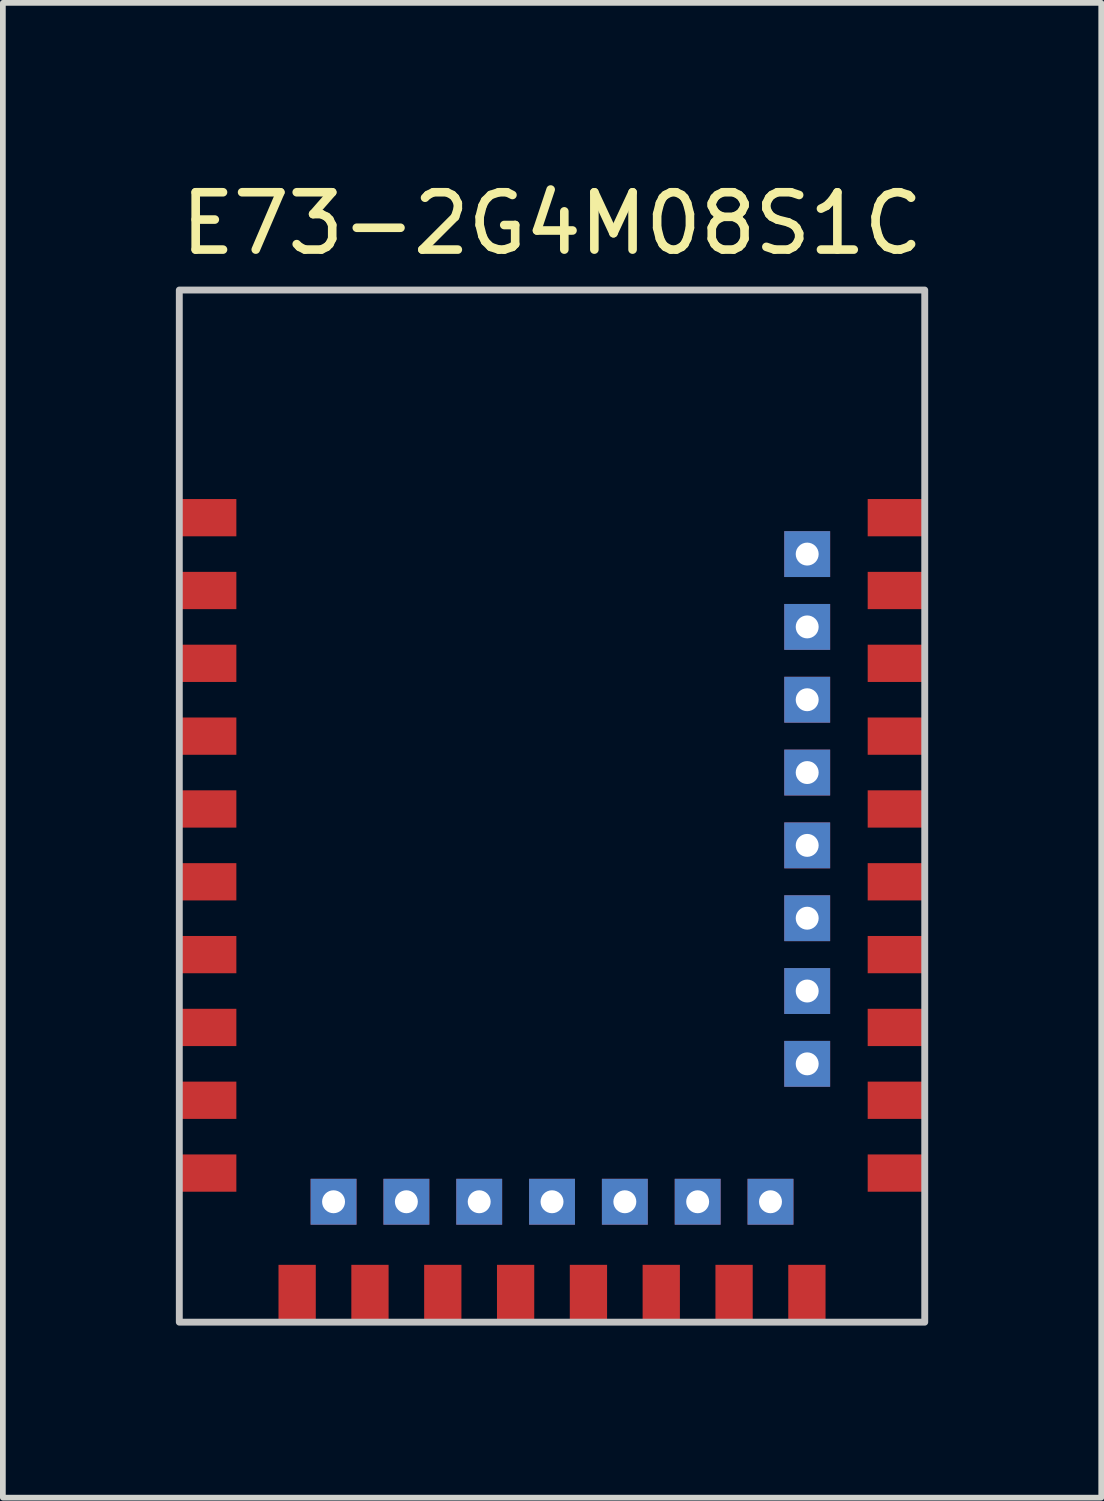
<source format=kicad_pcb>
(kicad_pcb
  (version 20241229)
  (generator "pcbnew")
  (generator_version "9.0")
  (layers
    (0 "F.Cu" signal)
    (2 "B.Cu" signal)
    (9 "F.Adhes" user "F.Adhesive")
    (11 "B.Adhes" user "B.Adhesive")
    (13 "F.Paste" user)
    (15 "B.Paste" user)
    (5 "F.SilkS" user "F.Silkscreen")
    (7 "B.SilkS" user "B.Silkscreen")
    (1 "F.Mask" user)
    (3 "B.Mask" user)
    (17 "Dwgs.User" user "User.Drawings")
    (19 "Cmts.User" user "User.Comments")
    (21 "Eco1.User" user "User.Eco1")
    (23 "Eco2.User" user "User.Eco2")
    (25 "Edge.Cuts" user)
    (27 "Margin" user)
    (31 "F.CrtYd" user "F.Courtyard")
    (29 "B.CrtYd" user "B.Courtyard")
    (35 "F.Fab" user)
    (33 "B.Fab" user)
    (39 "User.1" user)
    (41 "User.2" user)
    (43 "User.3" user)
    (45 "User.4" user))
  (footprint "E73-2G4M08S1C"
    (layer "F.Cu")
    (at 6.577 11.643)
    (property "Reference" "E73-2G4M08S1C" (at 0 -10.795 0) (unlocked yes) (layer "F.SilkS") (effects (font (size 1 1) (thickness 0.15))))
    (attr smd)
    (fp_rect (start -6.5 8.365) (end 6.5 -9.635) (stroke (width 0.12) (type solid)) (fill no) (layer "Dwgs.User"))
    (pad "1" smd rect (at -6.005 -5.665) (size 1 0.65) (layers "F.Cu" "F.Mask" "F.Paste"))
    (pad "2" smd rect (at -6.005 -4.395) (size 1 0.65) (layers "F.Cu" "F.Mask" "F.Paste"))
    (pad "3" smd rect (at -6.005 -3.125) (size 1 0.65) (layers "F.Cu" "F.Mask" "F.Paste"))
    (pad "4" smd rect (at -6.005 -1.855) (size 1 0.65) (layers "F.Cu" "F.Mask" "F.Paste"))
    (pad "5" smd rect (at -6.005 -0.585) (size 1 0.65) (layers "F.Cu" "F.Mask" "F.Paste"))
    (pad "6" smd rect (at -6.005 0.685) (size 1 0.65) (layers "F.Cu" "F.Mask" "F.Paste"))
    (pad "7" smd rect (at -6.005 1.955) (size 1 0.65) (layers "F.Cu" "F.Mask" "F.Paste"))
    (pad "8" smd rect (at -6.005 3.225) (size 1 0.65) (layers "F.Cu" "F.Mask" "F.Paste"))
    (pad "9" smd rect (at -6.005 4.495) (size 1 0.65) (layers "F.Cu" "F.Mask" "F.Paste"))
    (pad "10" smd rect (at -6.005 5.765) (size 1 0.65) (layers "F.Cu" "F.Mask" "F.Paste"))
    (pad "11" smd rect (at -4.445 7.865 90) (size 1 0.65) (layers "F.Cu" "F.Mask" "F.Paste"))
    (pad "12" thru_hole rect (at -3.81 6.265 90) (size 0.8 0.8) (drill 0.4) (layers "*.Cu" "*.Mask"))
    (pad "13" smd rect (at -3.175 7.865 90) (size 1 0.65) (layers "F.Cu" "F.Mask" "F.Paste"))
    (pad "14" thru_hole rect (at -2.54 6.265 90) (size 0.8 0.8) (drill 0.4) (layers "*.Cu" "*.Mask"))
    (pad "15" smd rect (at -1.905 7.865 90) (size 1 0.65) (layers "F.Cu" "F.Mask" "F.Paste"))
    (pad "16" thru_hole rect (at -1.27 6.265 90) (size 0.8 0.8) (drill 0.4) (layers "*.Cu" "*.Mask"))
    (pad "17" smd rect (at -0.635 7.865 90) (size 1 0.65) (layers "F.Cu" "F.Mask" "F.Paste"))
    (pad "18" thru_hole rect (at 0 6.265 90) (size 0.8 0.8) (drill 0.4) (layers "*.Cu" "*.Mask"))
    (pad "19" smd rect (at 0.635 7.865 90) (size 1 0.65) (layers "F.Cu" "F.Mask" "F.Paste"))
    (pad "20" thru_hole rect (at 1.27 6.265 90) (size 0.8 0.8) (drill 0.4) (layers "*.Cu" "*.Mask"))
    (pad "21" smd rect (at 1.905 7.865 90) (size 1 0.65) (layers "F.Cu" "F.Mask" "F.Paste"))
    (pad "22" thru_hole rect (at 2.54 6.265 90) (size 0.8 0.8) (drill 0.4) (layers "*.Cu" "*.Mask"))
    (pad "23" smd rect (at 3.175 7.865 90) (size 1 0.65) (layers "F.Cu" "F.Mask" "F.Paste"))
    (pad "24" thru_hole rect (at 3.81 6.265 90) (size 0.8 0.8) (drill 0.4) (layers "*.Cu" "*.Mask"))
    (pad "25" smd rect (at 4.445 7.865 90) (size 1 0.65) (layers "F.Cu" "F.Mask" "F.Paste"))
    (pad "26" smd rect (at 6.005 5.765) (size 1 0.65) (layers "F.Cu" "F.Mask" "F.Paste"))
    (pad "27" smd rect (at 6.005 4.495) (size 1 0.65) (layers "F.Cu" "F.Mask" "F.Paste"))
    (pad "28" thru_hole rect (at 4.45 3.86) (size 0.8 0.8) (drill 0.4) (layers "*.Cu" "*.Mask"))
    (pad "29" smd rect (at 6.005 3.225) (size 1 0.65) (layers "F.Cu" "F.Mask" "F.Paste"))
    (pad "30" thru_hole rect (at 4.45 2.59) (size 0.8 0.8) (drill 0.4) (layers "*.Cu" "*.Mask"))
    (pad "31" smd rect (at 6.005 1.955) (size 1 0.65) (layers "F.Cu" "F.Mask" "F.Paste"))
    (pad "32" thru_hole rect (at 4.45 1.32) (size 0.8 0.8) (drill 0.4) (layers "*.Cu" "*.Mask"))
    (pad "33" smd rect (at 6.005 0.685) (size 1 0.65) (layers "F.Cu" "F.Mask" "F.Paste"))
    (pad "34" thru_hole rect (at 4.45 0.05) (size 0.8 0.8) (drill 0.4) (layers "*.Cu" "*.Mask"))
    (pad "35" smd rect (at 6.005 -0.585) (size 1 0.65) (layers "F.Cu" "F.Mask" "F.Paste"))
    (pad "36" thru_hole rect (at 4.45 -1.22) (size 0.8 0.8) (drill 0.4) (layers "*.Cu" "*.Mask"))
    (pad "37" smd rect (at 6.005 -1.855) (size 1 0.65) (layers "F.Cu" "F.Mask" "F.Paste"))
    (pad "38" thru_hole rect (at 4.45 -2.49) (size 0.8 0.8) (drill 0.4) (layers "*.Cu" "*.Mask"))
    (pad "39" smd rect (at 6.005 -3.125) (size 1 0.65) (layers "F.Cu" "F.Mask" "F.Paste"))
    (pad "40" thru_hole rect (at 4.45 -3.76) (size 0.8 0.8) (drill 0.4) (layers "*.Cu" "*.Mask"))
    (pad "41" smd rect (at 6.005 -4.395) (size 1 0.65) (layers "F.Cu" "F.Mask" "F.Paste"))
    (pad "42" thru_hole rect (at 4.45 -5.03) (size 0.8 0.8) (drill 0.4) (layers "*.Cu" "*.Mask"))
    (pad "43" smd rect (at 6.005 -5.665) (size 1 0.65) (layers "F.Cu" "F.Mask" "F.Paste")))
  (gr_rect
    (start -3 -3)
    (end 16.155 23.068)
    (stroke (width 0.1) (type default))
    (fill no)
    (layer "Edge.Cuts")))
</source>
